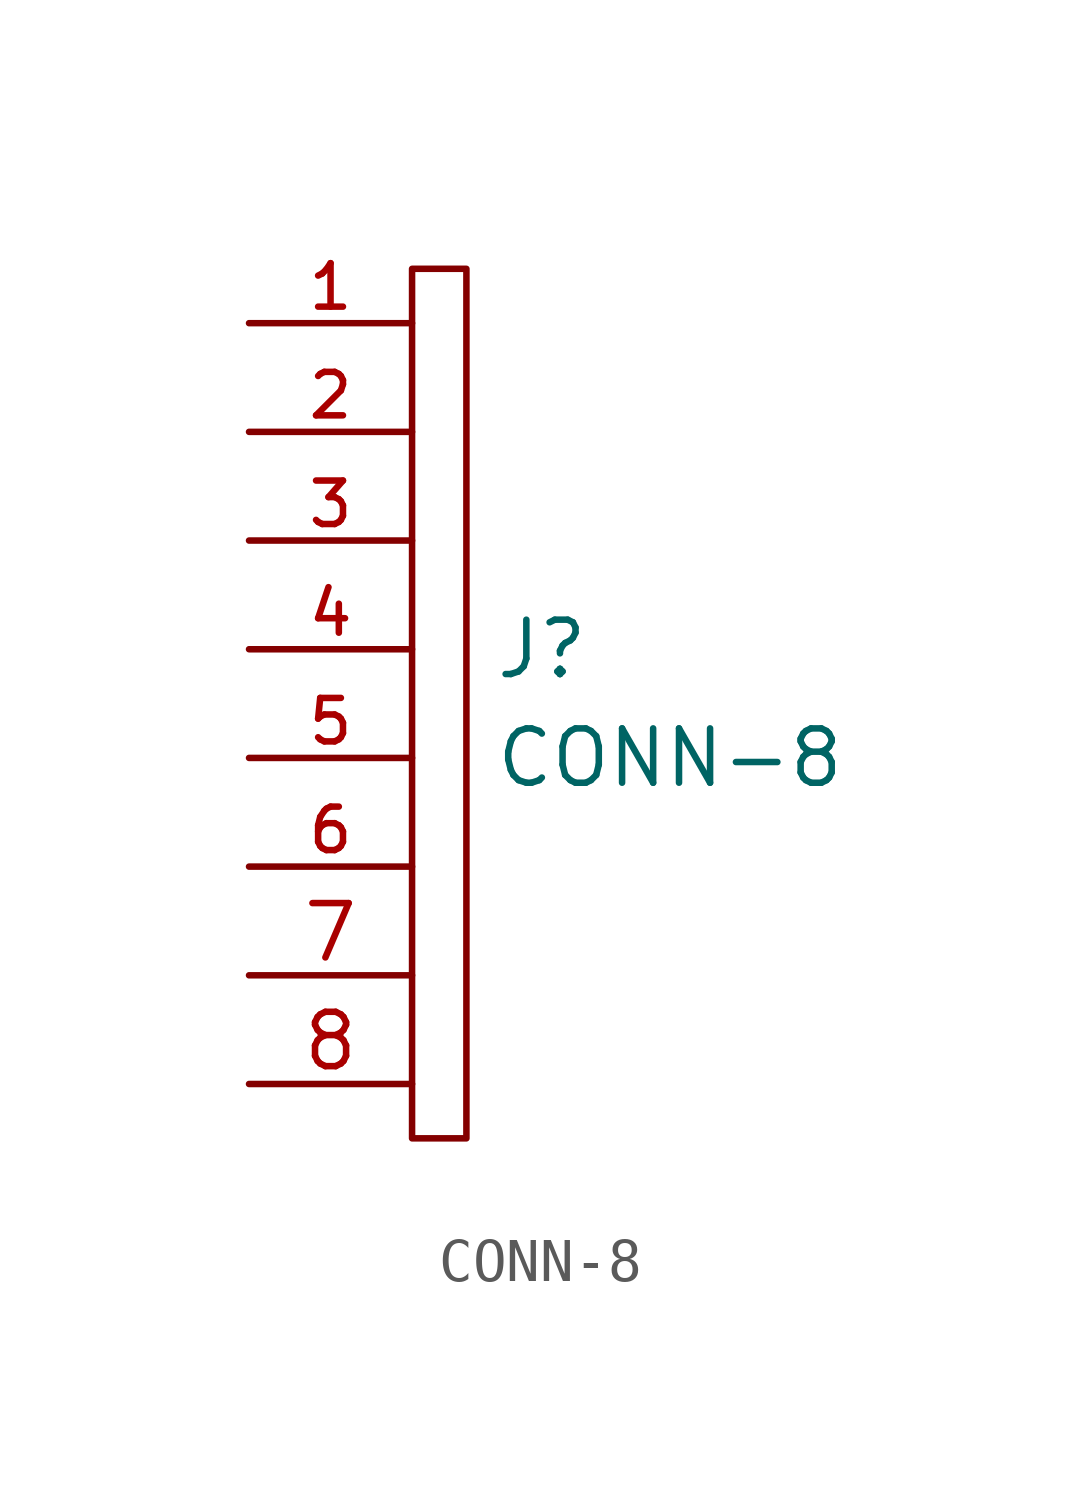
<source format=kicad_sym>
(kicad_symbol_lib
  (version 20211014)
  (generator kicad_symbol_editor)
  (symbol "CONN-8"
    (pin_names
      (offset 1.016))
    (property "Reference" "J"
      (at 5.715 1.27 0)
      (effects (font (size 1.27 1.27)) (justify left)))
    (property "Value" "CONN-8"
      (at 5.715 -1.27 0)
      (effects (font (size 1.27 1.27)) (justify left)))
    (symbol "CONN-8_0_1"
      (rectangle (start 3.81 10.16) (end 5.08 -10.16) (stroke (width 0) (type default) (color 0 0 0 0)) (fill (type none))))
    (symbol "CONN-8_1_1"
      (pin passive line (at 0 8.89 0) (length 3.81) (name "~" (effects (font (size 1.27 1.27)))) (number "1" (effects (font (size 1.016 1.016)))))
      (pin passive line (at 0 6.35 0) (length 3.81) (name "~" (effects (font (size 1.27 1.27)))) (number "2" (effects (font (size 1.016 1.016)))))
      (pin passive line (at 0 3.81 0) (length 3.81) (name "~" (effects (font (size 1.27 1.27)))) (number "3" (effects (font (size 1.016 1.016)))))
      (pin passive line (at 0 1.27 0) (length 3.81) (name "~" (effects (font (size 1.27 1.27)))) (number "4" (effects (font (size 1.016 1.016)))))
      (pin passive line (at 0 -1.27 0) (length 3.81) (name "~" (effects (font (size 1.27 1.27)))) (number "5" (effects (font (size 1.016 1.016)))))
      (pin passive line (at 0 -3.81 0) (length 3.81) (name "~" (effects (font (size 1.27 1.27)))) (number "6" (effects (font (size 1.016 1.016)))))
      (pin passive line (at 0 -6.35 0) (length 3.81) (name "~" (effects (font (size 1.27 1.27)))) (number "7" (effects (font (size 1.27 1.27)))))
      (pin passive line (at 0 -8.89 0) (length 3.81) (name "~" (effects (font (size 1.27 1.27)))) (number "8" (effects (font (size 1.27 1.27))))))))
</source>
